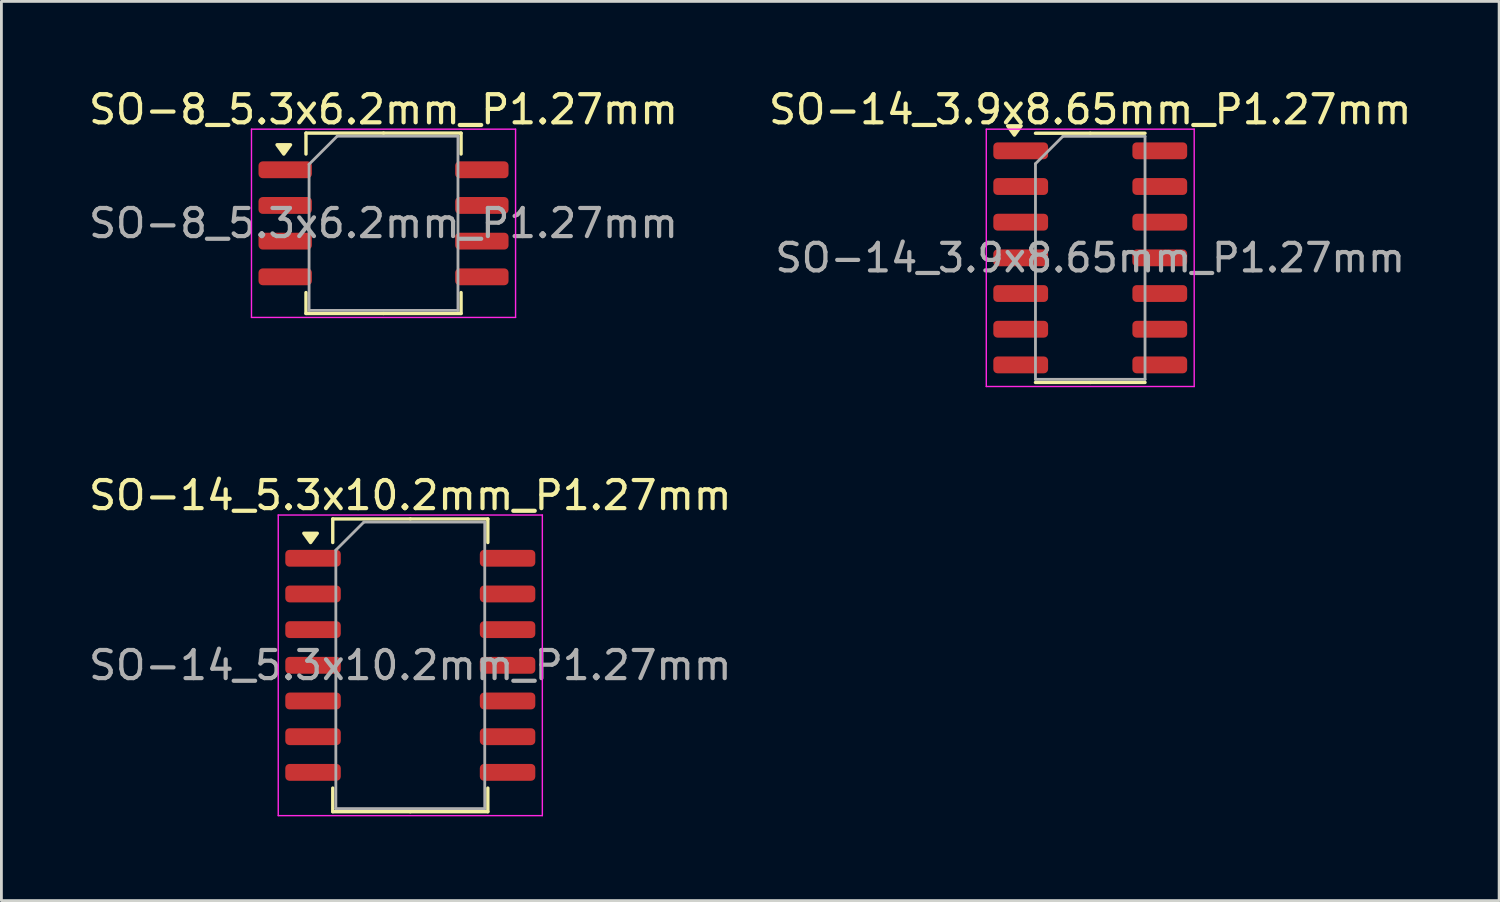
<source format=kicad_pcb>
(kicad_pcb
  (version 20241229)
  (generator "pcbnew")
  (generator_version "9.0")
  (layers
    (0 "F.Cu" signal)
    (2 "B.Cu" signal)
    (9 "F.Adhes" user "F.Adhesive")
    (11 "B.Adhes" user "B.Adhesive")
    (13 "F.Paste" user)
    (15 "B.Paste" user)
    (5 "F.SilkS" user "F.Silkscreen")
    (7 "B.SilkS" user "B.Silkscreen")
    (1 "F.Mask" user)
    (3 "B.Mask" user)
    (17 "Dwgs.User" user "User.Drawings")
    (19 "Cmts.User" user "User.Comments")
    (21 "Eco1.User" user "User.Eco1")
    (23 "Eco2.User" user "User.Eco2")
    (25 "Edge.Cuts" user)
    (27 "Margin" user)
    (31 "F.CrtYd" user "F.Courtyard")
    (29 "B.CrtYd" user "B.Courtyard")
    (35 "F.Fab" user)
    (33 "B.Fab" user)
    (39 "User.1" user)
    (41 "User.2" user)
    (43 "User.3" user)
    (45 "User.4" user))
  (footprint "SO-14_5.3x10.2mm_P1.27mm"
    (layer "F.Cu")
    (at 11.554 20.631)
    (property "Reference" "SO-14_5.3x10.2mm_P1.27mm" (at 0 -6.05 0) (layer "F.SilkS") (effects (font (size 1 1) (thickness 0.15))))
    (attr smd)
    (fp_line (start -2.76 -5.21) (end -2.76 -4.37) (stroke (width 0.12) (type solid)) (layer "F.SilkS"))
    (fp_line (start -2.76 5.21) (end -2.76 4.37) (stroke (width 0.12) (type solid)) (layer "F.SilkS"))
    (fp_line (start 0 -5.21) (end -2.76 -5.21) (stroke (width 0.12) (type solid)) (layer "F.SilkS"))
    (fp_line (start 0 -5.21) (end 2.76 -5.21) (stroke (width 0.12) (type solid)) (layer "F.SilkS"))
    (fp_line (start 0 5.21) (end -2.76 5.21) (stroke (width 0.12) (type solid)) (layer "F.SilkS"))
    (fp_line (start 0 5.21) (end 2.76 5.21) (stroke (width 0.12) (type solid)) (layer "F.SilkS"))
    (fp_line (start 2.76 -5.21) (end 2.76 -4.37) (stroke (width 0.12) (type solid)) (layer "F.SilkS"))
    (fp_line (start 2.76 5.21) (end 2.76 4.37) (stroke (width 0.12) (type solid)) (layer "F.SilkS"))
    (fp_poly (pts (xy -3.55 -4.37) (xy -3.79 -4.7) (xy -3.31 -4.7) (xy -3.55 -4.37)) (stroke (width 0.12) (type solid)) (fill yes) (layer "F.SilkS"))
    (fp_line (start -4.7 -5.35) (end -4.7 5.35) (stroke (width 0.05) (type solid)) (layer "F.CrtYd"))
    (fp_line (start -4.7 5.35) (end 4.7 5.35) (stroke (width 0.05) (type solid)) (layer "F.CrtYd"))
    (fp_line (start 4.7 -5.35) (end -4.7 -5.35) (stroke (width 0.05) (type solid)) (layer "F.CrtYd"))
    (fp_line (start 4.7 5.35) (end 4.7 -5.35) (stroke (width 0.05) (type solid)) (layer "F.CrtYd"))
    (fp_line (start -2.65 -4.1) (end -1.65 -5.1) (stroke (width 0.1) (type solid)) (layer "F.Fab"))
    (fp_line (start -2.65 5.1) (end -2.65 -4.1) (stroke (width 0.1) (type solid)) (layer "F.Fab"))
    (fp_line (start -1.65 -5.1) (end 2.65 -5.1) (stroke (width 0.1) (type solid)) (layer "F.Fab"))
    (fp_line (start 2.65 -5.1) (end 2.65 5.1) (stroke (width 0.1) (type solid)) (layer "F.Fab"))
    (fp_line (start 2.65 5.1) (end -2.65 5.1) (stroke (width 0.1) (type solid)) (layer "F.Fab"))
    (fp_text user "${REFERENCE}" (at 0 0 0) (layer "F.Fab") (effects (font (size 1 1) (thickness 0.15))))
    (pad "1" smd roundrect (at -3.462 -3.81) (size 1.975 0.6) (layers "F.Cu" "F.Mask" "F.Paste") (roundrect_rratio 0.25))
    (pad "2" smd roundrect (at -3.462 -2.54) (size 1.975 0.6) (layers "F.Cu" "F.Mask" "F.Paste") (roundrect_rratio 0.25))
    (pad "3" smd roundrect (at -3.462 -1.27) (size 1.975 0.6) (layers "F.Cu" "F.Mask" "F.Paste") (roundrect_rratio 0.25))
    (pad "4" smd roundrect (at -3.462 0) (size 1.975 0.6) (layers "F.Cu" "F.Mask" "F.Paste") (roundrect_rratio 0.25))
    (pad "5" smd roundrect (at -3.462 1.27) (size 1.975 0.6) (layers "F.Cu" "F.Mask" "F.Paste") (roundrect_rratio 0.25))
    (pad "6" smd roundrect (at -3.462 2.54) (size 1.975 0.6) (layers "F.Cu" "F.Mask" "F.Paste") (roundrect_rratio 0.25))
    (pad "7" smd roundrect (at -3.462 3.81) (size 1.975 0.6) (layers "F.Cu" "F.Mask" "F.Paste") (roundrect_rratio 0.25))
    (pad "8" smd roundrect (at 3.462 3.81) (size 1.975 0.6) (layers "F.Cu" "F.Mask" "F.Paste") (roundrect_rratio 0.25))
    (pad "9" smd roundrect (at 3.462 2.54) (size 1.975 0.6) (layers "F.Cu" "F.Mask" "F.Paste") (roundrect_rratio 0.25))
    (pad "10" smd roundrect (at 3.462 1.27) (size 1.975 0.6) (layers "F.Cu" "F.Mask" "F.Paste") (roundrect_rratio 0.25))
    (pad "11" smd roundrect (at 3.462 0) (size 1.975 0.6) (layers "F.Cu" "F.Mask" "F.Paste") (roundrect_rratio 0.25))
    (pad "12" smd roundrect (at 3.462 -1.27) (size 1.975 0.6) (layers "F.Cu" "F.Mask" "F.Paste") (roundrect_rratio 0.25))
    (pad "13" smd roundrect (at 3.462 -2.54) (size 1.975 0.6) (layers "F.Cu" "F.Mask" "F.Paste") (roundrect_rratio 0.25))
    (pad "14" smd roundrect (at 3.462 -3.81) (size 1.975 0.6) (layers "F.Cu" "F.Mask" "F.Paste") (roundrect_rratio 0.25)))
  (footprint "SO-8_5.3x6.2mm_P1.27mm"
    (layer "F.Cu")
    (at 10.601 4.898)
    (property "Reference" "SO-8_5.3x6.2mm_P1.27mm" (at 0 -4.05 0) (layer "F.SilkS") (effects (font (size 1 1) (thickness 0.15))))
    (attr smd)
    (fp_line (start -2.76 -3.21) (end -2.76 -2.465) (stroke (width 0.12) (type solid)) (layer "F.SilkS"))
    (fp_line (start -2.76 3.21) (end -2.76 2.465) (stroke (width 0.12) (type solid)) (layer "F.SilkS"))
    (fp_line (start 0 -3.21) (end -2.76 -3.21) (stroke (width 0.12) (type solid)) (layer "F.SilkS"))
    (fp_line (start 0 -3.21) (end 2.76 -3.21) (stroke (width 0.12) (type solid)) (layer "F.SilkS"))
    (fp_line (start 0 3.21) (end -2.76 3.21) (stroke (width 0.12) (type solid)) (layer "F.SilkS"))
    (fp_line (start 0 3.21) (end 2.76 3.21) (stroke (width 0.12) (type solid)) (layer "F.SilkS"))
    (fp_line (start 2.76 -3.21) (end 2.76 -2.465) (stroke (width 0.12) (type solid)) (layer "F.SilkS"))
    (fp_line (start 2.76 3.21) (end 2.76 2.465) (stroke (width 0.12) (type solid)) (layer "F.SilkS"))
    (fp_poly (pts (xy -3.55 -2.465) (xy -3.79 -2.795) (xy -3.31 -2.795) (xy -3.55 -2.465)) (stroke (width 0.12) (type solid)) (fill yes) (layer "F.SilkS"))
    (fp_line (start -4.7 -3.35) (end -4.7 3.35) (stroke (width 0.05) (type solid)) (layer "F.CrtYd"))
    (fp_line (start -4.7 3.35) (end 4.7 3.35) (stroke (width 0.05) (type solid)) (layer "F.CrtYd"))
    (fp_line (start 4.7 -3.35) (end -4.7 -3.35) (stroke (width 0.05) (type solid)) (layer "F.CrtYd"))
    (fp_line (start 4.7 3.35) (end 4.7 -3.35) (stroke (width 0.05) (type solid)) (layer "F.CrtYd"))
    (fp_line (start -2.65 -2.1) (end -1.65 -3.1) (stroke (width 0.1) (type solid)) (layer "F.Fab"))
    (fp_line (start -2.65 3.1) (end -2.65 -2.1) (stroke (width 0.1) (type solid)) (layer "F.Fab"))
    (fp_line (start -1.65 -3.1) (end 2.65 -3.1) (stroke (width 0.1) (type solid)) (layer "F.Fab"))
    (fp_line (start 2.65 -3.1) (end 2.65 3.1) (stroke (width 0.1) (type solid)) (layer "F.Fab"))
    (fp_line (start 2.65 3.1) (end -2.65 3.1) (stroke (width 0.1) (type solid)) (layer "F.Fab"))
    (fp_text user "${REFERENCE}" (at 0 0 0) (layer "F.Fab") (effects (font (size 1 1) (thickness 0.15))))
    (pad "1" smd roundrect (at -3.5 -1.905) (size 1.9 0.6) (layers "F.Cu" "F.Mask" "F.Paste") (roundrect_rratio 0.25))
    (pad "2" smd roundrect (at -3.5 -0.635) (size 1.9 0.6) (layers "F.Cu" "F.Mask" "F.Paste") (roundrect_rratio 0.25))
    (pad "3" smd roundrect (at -3.5 0.635) (size 1.9 0.6) (layers "F.Cu" "F.Mask" "F.Paste") (roundrect_rratio 0.25))
    (pad "4" smd roundrect (at -3.5 1.905) (size 1.9 0.6) (layers "F.Cu" "F.Mask" "F.Paste") (roundrect_rratio 0.25))
    (pad "5" smd roundrect (at 3.5 1.905) (size 1.9 0.6) (layers "F.Cu" "F.Mask" "F.Paste") (roundrect_rratio 0.25))
    (pad "6" smd roundrect (at 3.5 0.635) (size 1.9 0.6) (layers "F.Cu" "F.Mask" "F.Paste") (roundrect_rratio 0.25))
    (pad "7" smd roundrect (at 3.5 -0.635) (size 1.9 0.6) (layers "F.Cu" "F.Mask" "F.Paste") (roundrect_rratio 0.25))
    (pad "8" smd roundrect (at 3.5 -1.905) (size 1.9 0.6) (layers "F.Cu" "F.Mask" "F.Paste") (roundrect_rratio 0.25)))
  (footprint "SO-14_3.9x8.65mm_P1.27mm"
    (layer "F.Cu")
    (at 35.756 6.128)
    (property "Reference" "SO-14_3.9x8.65mm_P1.27mm" (at 0 -5.28 0) (layer "F.SilkS") (effects (font (size 1 1) (thickness 0.15))))
    (attr smd)
    (fp_line (start 0 -4.435) (end -1.95 -4.435) (stroke (width 0.12) (type solid)) (layer "F.SilkS"))
    (fp_line (start 0 -4.435) (end 1.95 -4.435) (stroke (width 0.12) (type solid)) (layer "F.SilkS"))
    (fp_line (start 0 4.435) (end -1.95 4.435) (stroke (width 0.12) (type solid)) (layer "F.SilkS"))
    (fp_line (start 0 4.435) (end 1.95 4.435) (stroke (width 0.12) (type solid)) (layer "F.SilkS"))
    (fp_poly (pts (xy -2.7 -4.37) (xy -2.94 -4.7) (xy -2.46 -4.7) (xy -2.7 -4.37)) (stroke (width 0.12) (type solid)) (fill yes) (layer "F.SilkS"))
    (fp_line (start -3.7 -4.58) (end -3.7 4.58) (stroke (width 0.05) (type solid)) (layer "F.CrtYd"))
    (fp_line (start -3.7 4.58) (end 3.7 4.58) (stroke (width 0.05) (type solid)) (layer "F.CrtYd"))
    (fp_line (start 3.7 -4.58) (end -3.7 -4.58) (stroke (width 0.05) (type solid)) (layer "F.CrtYd"))
    (fp_line (start 3.7 4.58) (end 3.7 -4.58) (stroke (width 0.05) (type solid)) (layer "F.CrtYd"))
    (fp_line (start -1.95 -3.35) (end -0.975 -4.325) (stroke (width 0.1) (type solid)) (layer "F.Fab"))
    (fp_line (start -1.95 4.325) (end -1.95 -3.35) (stroke (width 0.1) (type solid)) (layer "F.Fab"))
    (fp_line (start -0.975 -4.325) (end 1.95 -4.325) (stroke (width 0.1) (type solid)) (layer "F.Fab"))
    (fp_line (start 1.95 -4.325) (end 1.95 4.325) (stroke (width 0.1) (type solid)) (layer "F.Fab"))
    (fp_line (start 1.95 4.325) (end -1.95 4.325) (stroke (width 0.1) (type solid)) (layer "F.Fab"))
    (fp_text user "${REFERENCE}" (at 0 0 0) (layer "F.Fab") (effects (font (size 0.98 0.98) (thickness 0.15))))
    (pad "1" smd roundrect (at -2.475 -3.81) (size 1.95 0.6) (layers "F.Cu" "F.Mask" "F.Paste") (roundrect_rratio 0.25))
    (pad "2" smd roundrect (at -2.475 -2.54) (size 1.95 0.6) (layers "F.Cu" "F.Mask" "F.Paste") (roundrect_rratio 0.25))
    (pad "3" smd roundrect (at -2.475 -1.27) (size 1.95 0.6) (layers "F.Cu" "F.Mask" "F.Paste") (roundrect_rratio 0.25))
    (pad "4" smd roundrect (at -2.475 0) (size 1.95 0.6) (layers "F.Cu" "F.Mask" "F.Paste") (roundrect_rratio 0.25))
    (pad "5" smd roundrect (at -2.475 1.27) (size 1.95 0.6) (layers "F.Cu" "F.Mask" "F.Paste") (roundrect_rratio 0.25))
    (pad "6" smd roundrect (at -2.475 2.54) (size 1.95 0.6) (layers "F.Cu" "F.Mask" "F.Paste") (roundrect_rratio 0.25))
    (pad "7" smd roundrect (at -2.475 3.81) (size 1.95 0.6) (layers "F.Cu" "F.Mask" "F.Paste") (roundrect_rratio 0.25))
    (pad "8" smd roundrect (at 2.475 3.81) (size 1.95 0.6) (layers "F.Cu" "F.Mask" "F.Paste") (roundrect_rratio 0.25))
    (pad "9" smd roundrect (at 2.475 2.54) (size 1.95 0.6) (layers "F.Cu" "F.Mask" "F.Paste") (roundrect_rratio 0.25))
    (pad "10" smd roundrect (at 2.475 1.27) (size 1.95 0.6) (layers "F.Cu" "F.Mask" "F.Paste") (roundrect_rratio 0.25))
    (pad "11" smd roundrect (at 2.475 0) (size 1.95 0.6) (layers "F.Cu" "F.Mask" "F.Paste") (roundrect_rratio 0.25))
    (pad "12" smd roundrect (at 2.475 -1.27) (size 1.95 0.6) (layers "F.Cu" "F.Mask" "F.Paste") (roundrect_rratio 0.25))
    (pad "13" smd roundrect (at 2.475 -2.54) (size 1.95 0.6) (layers "F.Cu" "F.Mask" "F.Paste") (roundrect_rratio 0.25))
    (pad "14" smd roundrect (at 2.475 -3.81) (size 1.95 0.6) (layers "F.Cu" "F.Mask" "F.Paste") (roundrect_rratio 0.25)))
  (gr_rect
    (start -3 -3)
    (end 50.31 29.006)
    (stroke (width 0.1) (type default))
    (fill no)
    (layer "Edge.Cuts")))
</source>
